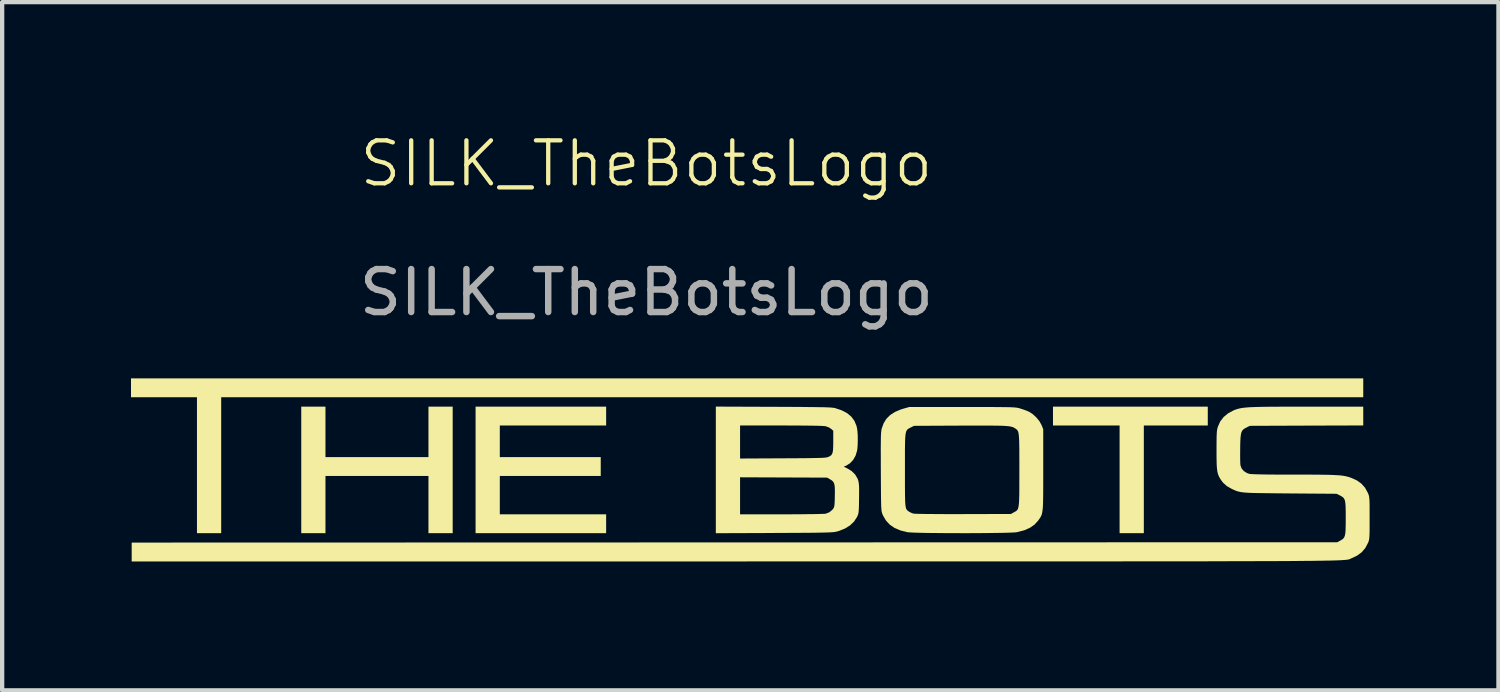
<source format=kicad_pcb>
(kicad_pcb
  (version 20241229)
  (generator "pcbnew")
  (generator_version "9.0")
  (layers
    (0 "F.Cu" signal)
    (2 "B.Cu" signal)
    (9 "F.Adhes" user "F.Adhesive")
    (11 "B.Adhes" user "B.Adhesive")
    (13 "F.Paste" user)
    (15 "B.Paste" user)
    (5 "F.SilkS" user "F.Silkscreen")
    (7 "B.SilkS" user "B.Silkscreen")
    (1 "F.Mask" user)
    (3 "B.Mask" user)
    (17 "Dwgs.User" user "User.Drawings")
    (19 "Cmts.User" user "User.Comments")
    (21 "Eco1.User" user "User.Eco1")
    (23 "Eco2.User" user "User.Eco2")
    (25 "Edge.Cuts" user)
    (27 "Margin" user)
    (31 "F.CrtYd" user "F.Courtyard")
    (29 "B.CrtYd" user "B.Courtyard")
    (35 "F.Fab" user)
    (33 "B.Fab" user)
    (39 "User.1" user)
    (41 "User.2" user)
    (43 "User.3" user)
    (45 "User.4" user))
  (footprint "SILK_TheBotsLogo"
    (layer "F.Cu")
    (at 12 1.26)
    (property "Reference" "SILK_TheBotsLogo" (at 0 -0.5 0) (unlocked yes) (layer "F.SilkS") (effects (font (size 1 1) (thickness 0.1))))
    (attr through_hole exclude_from_pos_files exclude_from_bom allow_missing_courtyard)
    (fp_poly (pts (xy 13.071 5.377) (xy 13.071 5.597) (xy 12.327 5.597) (xy 11.582 5.597) (xy 11.582 6.85) (xy 11.582 8.104) (xy 11.3 8.104) (xy 11.018 8.104) (xy 11.018 6.85) (xy 11.018 5.597) (xy 10.243 5.597) (xy 9.467 5.597) (xy 9.467 5.377) (xy 9.467 5.158) (xy 11.269 5.158) (xy 13.071 5.158)) (stroke (width 0) (type solid)) (fill yes) (layer "F.SilkS"))
    (fp_poly (pts (xy 16.691 4.719) (xy 16.691 4.939) (xy 3.395 4.939) (xy -9.9 4.939) (xy -9.9 6.521) (xy -9.9 8.104) (xy -10.182 8.104) (xy -10.464 8.104) (xy -10.464 6.521) (xy -10.464 4.939) (xy -11.232 4.939) (xy -12 4.939) (xy -12 4.719) (xy -12 4.5) (xy 2.345 4.5) (xy 16.691 4.5)) (stroke (width 0) (type solid)) (fill yes) (layer "F.SilkS"))
    (fp_poly (pts (xy -7.472 5.746) (xy -7.472 6.333) (xy -6.273 6.333) (xy -5.074 6.333) (xy -5.074 5.746) (xy -5.074 5.158) (xy -4.792 5.158) (xy -4.51 5.158) (xy -4.51 6.631) (xy -4.51 8.104) (xy -4.792 8.104) (xy -5.074 8.104) (xy -5.074 7.438) (xy -5.074 6.772) (xy -6.273 6.772) (xy -7.472 6.772) (xy -7.472 7.438) (xy -7.472 8.104) (xy -7.754 8.104) (xy -8.036 8.104) (xy -8.036 6.631) (xy -8.036 5.158) (xy -7.754 5.158) (xy -7.472 5.158)) (stroke (width 0) (type solid)) (fill yes) (layer "F.SilkS"))
    (fp_poly (pts (xy -0.937 5.377) (xy -0.937 5.597) (xy -2.175 5.597) (xy -3.413 5.597) (xy -3.413 5.965) (xy -3.413 6.333) (xy -2.238 6.333) (xy -1.063 6.333) (xy -1.063 6.553) (xy -1.063 6.772) (xy -2.238 6.772) (xy -3.413 6.772) (xy -3.413 7.219) (xy -3.413 7.665) (xy -2.175 7.665) (xy -0.937 7.665) (xy -0.937 7.885) (xy -0.937 8.104) (xy -2.457 8.104) (xy -3.977 8.104) (xy -3.977 6.631) (xy -3.977 5.158) (xy -2.457 5.158) (xy -0.937 5.158)) (stroke (width 0) (type solid)) (fill yes) (layer "F.SilkS"))
    (fp_poly (pts (xy 2.96 5.162) (xy 3.2 5.163) (xy 3.41 5.164) (xy 3.593 5.165) (xy 3.751 5.167) (xy 3.886 5.168) (xy 4 5.17) (xy 4.095 5.171) (xy 4.173 5.173) (xy 4.236 5.176) (xy 4.286 5.178) (xy 4.326 5.182) (xy 4.357 5.185) (xy 4.381 5.189) (xy 4.4 5.194) (xy 4.551 5.245) (xy 4.674 5.31) (xy 4.771 5.391) (xy 4.843 5.488) (xy 4.891 5.603) (xy 4.906 5.667) (xy 4.915 5.74) (xy 4.921 5.833) (xy 4.922 5.935) (xy 4.92 6.036) (xy 4.914 6.124) (xy 4.907 6.178) (xy 4.872 6.296) (xy 4.815 6.397) (xy 4.74 6.477) (xy 4.657 6.529) (xy 4.595 6.557) (xy 4.684 6.599) (xy 4.782 6.66) (xy 4.861 6.739) (xy 4.916 6.831) (xy 4.931 6.873) (xy 4.94 6.909) (xy 4.946 6.95) (xy 4.951 7.002) (xy 4.953 7.069) (xy 4.953 7.156) (xy 4.952 7.268) (xy 4.951 7.302) (xy 4.95 7.413) (xy 4.948 7.499) (xy 4.945 7.563) (xy 4.941 7.61) (xy 4.935 7.646) (xy 4.927 7.675) (xy 4.916 7.703) (xy 4.902 7.731) (xy 4.834 7.835) (xy 4.74 7.924) (xy 4.622 7.997) (xy 4.481 8.053) (xy 4.426 8.068) (xy 4.405 8.072) (xy 4.379 8.077) (xy 4.347 8.08) (xy 4.307 8.083) (xy 4.256 8.086) (xy 4.193 8.088) (xy 4.116 8.09) (xy 4.021 8.092) (xy 3.908 8.094) (xy 3.775 8.095) (xy 3.618 8.096) (xy 3.437 8.097) (xy 3.228 8.098) (xy 2.991 8.099) (xy 2.968 8.1) (xy 1.617 8.105) (xy 1.617 6.803) (xy 2.181 6.803) (xy 2.181 7.234) (xy 2.181 7.665) (xy 3.148 7.665) (xy 3.321 7.665) (xy 3.487 7.664) (xy 3.641 7.663) (xy 3.781 7.661) (xy 3.905 7.66) (xy 4.01 7.658) (xy 4.092 7.655) (xy 4.148 7.653) (xy 4.177 7.65) (xy 4.177 7.65) (xy 4.263 7.616) (xy 4.334 7.554) (xy 4.35 7.534) (xy 4.362 7.515) (xy 4.371 7.491) (xy 4.378 7.459) (xy 4.382 7.411) (xy 4.385 7.343) (xy 4.387 7.251) (xy 4.387 7.237) (xy 4.389 7.127) (xy 4.387 7.044) (xy 4.38 6.982) (xy 4.367 6.936) (xy 4.347 6.903) (xy 4.317 6.875) (xy 4.277 6.85) (xy 4.275 6.849) (xy 4.21 6.811) (xy 3.195 6.807) (xy 2.181 6.803) (xy 1.617 6.803) (xy 1.617 6.631) (xy 1.617 5.597) (xy 2.181 5.597) (xy 2.181 5.982) (xy 2.181 6.366) (xy 3.172 6.361) (xy 3.378 6.36) (xy 3.555 6.359) (xy 3.706 6.358) (xy 3.832 6.356) (xy 3.936 6.354) (xy 4.02 6.352) (xy 4.086 6.35) (xy 4.137 6.347) (xy 4.175 6.343) (xy 4.202 6.339) (xy 4.221 6.334) (xy 4.224 6.333) (xy 4.268 6.314) (xy 4.3 6.292) (xy 4.323 6.261) (xy 4.338 6.218) (xy 4.346 6.158) (xy 4.35 6.075) (xy 4.351 5.97) (xy 4.351 5.72) (xy 4.302 5.676) (xy 4.248 5.641) (xy 4.18 5.616) (xy 4.172 5.614) (xy 4.135 5.61) (xy 4.067 5.606) (xy 3.967 5.603) (xy 3.837 5.601) (xy 3.676 5.599) (xy 3.483 5.598) (xy 3.26 5.597) (xy 3.136 5.597) (xy 2.181 5.597) (xy 1.617 5.597) (xy 1.617 5.157)) (stroke (width 0) (type solid)) (fill yes) (layer "F.SilkS"))
    (fp_poly (pts (xy 7.352 5.166) (xy 7.577 5.166) (xy 7.773 5.166) (xy 7.943 5.167) (xy 8.087 5.167) (xy 8.21 5.168) (xy 8.312 5.169) (xy 8.396 5.17) (xy 8.465 5.171) (xy 8.521 5.174) (xy 8.565 5.176) (xy 8.6 5.18) (xy 8.629 5.183) (xy 8.654 5.188) (xy 8.676 5.193) (xy 8.698 5.199) (xy 8.702 5.201) (xy 8.775 5.224) (xy 8.851 5.252) (xy 8.911 5.278) (xy 8.998 5.334) (xy 9.081 5.411) (xy 9.153 5.5) (xy 9.203 5.591) (xy 9.203 5.592) (xy 9.24 5.683) (xy 9.24 6.623) (xy 9.24 6.827) (xy 9.24 7.002) (xy 9.239 7.15) (xy 9.238 7.275) (xy 9.236 7.379) (xy 9.233 7.465) (xy 9.228 7.535) (xy 9.221 7.591) (xy 9.213 7.637) (xy 9.203 7.674) (xy 9.19 7.706) (xy 9.174 7.735) (xy 9.155 7.764) (xy 9.134 7.795) (xy 9.122 7.811) (xy 9.039 7.903) (xy 8.933 7.977) (xy 8.803 8.035) (xy 8.647 8.076) (xy 8.621 8.082) (xy 8.581 8.086) (xy 8.512 8.09) (xy 8.419 8.093) (xy 8.304 8.096) (xy 8.17 8.098) (xy 8.021 8.1) (xy 7.859 8.102) (xy 7.688 8.103) (xy 7.511 8.104) (xy 7.331 8.104) (xy 7.152 8.103) (xy 6.976 8.103) (xy 6.807 8.101) (xy 6.647 8.1) (xy 6.5 8.098) (xy 6.37 8.095) (xy 6.258 8.092) (xy 6.169 8.088) (xy 6.106 8.084) (xy 6.075 8.081) (xy 5.914 8.04) (xy 5.778 7.982) (xy 5.667 7.906) (xy 5.578 7.81) (xy 5.511 7.695) (xy 5.499 7.668) (xy 5.492 7.648) (xy 5.485 7.63) (xy 5.48 7.609) (xy 5.475 7.583) (xy 5.472 7.549) (xy 5.469 7.505) (xy 5.466 7.449) (xy 5.465 7.377) (xy 5.463 7.287) (xy 5.462 7.177) (xy 5.461 7.044) (xy 5.46 6.884) (xy 5.459 6.697) (xy 5.459 6.673) (xy 5.458 6.477) (xy 5.458 6.459) (xy 6.02 6.459) (xy 6.02 6.635) (xy 6.02 6.826) (xy 6.02 6.987) (xy 6.021 7.123) (xy 6.022 7.234) (xy 6.024 7.325) (xy 6.027 7.397) (xy 6.032 7.453) (xy 6.038 7.495) (xy 6.046 7.527) (xy 6.057 7.55) (xy 6.069 7.567) (xy 6.085 7.581) (xy 6.103 7.595) (xy 6.112 7.601) (xy 6.159 7.627) (xy 6.213 7.647) (xy 6.218 7.648) (xy 6.244 7.651) (xy 6.299 7.653) (xy 6.381 7.655) (xy 6.487 7.657) (xy 6.614 7.658) (xy 6.761 7.659) (xy 6.925 7.66) (xy 7.104 7.66) (xy 7.294 7.66) (xy 7.383 7.66) (xy 8.488 7.657) (xy 8.558 7.618) (xy 8.584 7.604) (xy 8.607 7.59) (xy 8.626 7.575) (xy 8.641 7.556) (xy 8.653 7.53) (xy 8.663 7.495) (xy 8.67 7.448) (xy 8.676 7.387) (xy 8.679 7.309) (xy 8.682 7.212) (xy 8.683 7.093) (xy 8.683 6.95) (xy 8.684 6.78) (xy 8.684 6.633) (xy 8.684 6.443) (xy 8.683 6.281) (xy 8.683 6.145) (xy 8.681 6.033) (xy 8.679 5.943) (xy 8.675 5.87) (xy 8.67 5.814) (xy 8.664 5.771) (xy 8.655 5.74) (xy 8.644 5.716) (xy 8.63 5.698) (xy 8.614 5.684) (xy 8.595 5.67) (xy 8.586 5.664) (xy 8.565 5.651) (xy 8.544 5.64) (xy 8.519 5.631) (xy 8.489 5.623) (xy 8.45 5.616) (xy 8.401 5.611) (xy 8.34 5.606) (xy 8.264 5.603) (xy 8.171 5.601) (xy 8.058 5.6) (xy 7.924 5.599) (xy 7.766 5.599) (xy 7.581 5.599) (xy 7.368 5.6) (xy 7.304 5.6) (xy 6.23 5.605) (xy 6.154 5.644) (xy 6.126 5.658) (xy 6.102 5.671) (xy 6.082 5.686) (xy 6.066 5.704) (xy 6.052 5.729) (xy 6.042 5.762) (xy 6.034 5.807) (xy 6.028 5.866) (xy 6.024 5.942) (xy 6.022 6.036) (xy 6.02 6.152) (xy 6.02 6.292) (xy 6.02 6.459) (xy 5.458 6.459) (xy 5.458 6.31) (xy 5.457 6.169) (xy 5.458 6.052) (xy 5.459 5.956) (xy 5.46 5.878) (xy 5.462 5.816) (xy 5.465 5.767) (xy 5.469 5.729) (xy 5.473 5.698) (xy 5.478 5.674) (xy 5.479 5.67) (xy 5.523 5.547) (xy 5.587 5.442) (xy 5.674 5.355) (xy 5.785 5.283) (xy 5.923 5.224) (xy 5.996 5.202) (xy 6.122 5.166)) (stroke (width 0) (type solid)) (fill yes) (layer "F.SilkS"))
    (fp_poly (pts (xy 16.691 5.377) (xy 16.691 5.596) (xy 15.37 5.6) (xy 14.05 5.605) (xy 13.972 5.644) (xy 13.93 5.667) (xy 13.896 5.691) (xy 13.872 5.719) (xy 13.854 5.757) (xy 13.842 5.808) (xy 13.834 5.876) (xy 13.829 5.966) (xy 13.826 6.083) (xy 13.826 6.122) (xy 13.825 6.225) (xy 13.825 6.322) (xy 13.826 6.407) (xy 13.828 6.474) (xy 13.831 6.516) (xy 13.831 6.521) (xy 13.857 6.595) (xy 13.909 6.657) (xy 13.981 6.703) (xy 14.042 6.724) (xy 14.079 6.728) (xy 14.147 6.731) (xy 14.246 6.734) (xy 14.376 6.737) (xy 14.536 6.739) (xy 14.727 6.74) (xy 14.949 6.741) (xy 15.084 6.741) (xy 15.301 6.741) (xy 15.488 6.741) (xy 15.65 6.742) (xy 15.788 6.744) (xy 15.905 6.746) (xy 16.003 6.75) (xy 16.086 6.754) (xy 16.155 6.759) (xy 16.214 6.766) (xy 16.265 6.775) (xy 16.31 6.785) (xy 16.352 6.796) (xy 16.394 6.81) (xy 16.4 6.812) (xy 16.535 6.871) (xy 16.645 6.948) (xy 16.732 7.045) (xy 16.797 7.163) (xy 16.804 7.179) (xy 16.814 7.204) (xy 16.822 7.229) (xy 16.828 7.258) (xy 16.832 7.294) (xy 16.836 7.341) (xy 16.838 7.403) (xy 16.839 7.483) (xy 16.839 7.587) (xy 16.839 7.717) (xy 16.839 7.751) (xy 16.839 7.888) (xy 16.839 7.997) (xy 16.838 8.083) (xy 16.836 8.149) (xy 16.833 8.199) (xy 16.829 8.237) (xy 16.824 8.267) (xy 16.816 8.293) (xy 16.807 8.318) (xy 16.804 8.326) (xy 16.74 8.448) (xy 16.655 8.548) (xy 16.546 8.628) (xy 16.426 8.685) (xy 16.415 8.689) (xy 16.406 8.693) (xy 16.398 8.697) (xy 16.391 8.701) (xy 16.383 8.705) (xy 16.375 8.708) (xy 16.365 8.712) (xy 16.353 8.715) (xy 16.338 8.718) (xy 16.32 8.721) (xy 16.299 8.724) (xy 16.273 8.726) (xy 16.241 8.729) (xy 16.205 8.731) (xy 16.162 8.734) (xy 16.112 8.736) (xy 16.054 8.738) (xy 15.989 8.74) (xy 15.915 8.742) (xy 15.831 8.743) (xy 15.738 8.745) (xy 15.634 8.746) (xy 15.519 8.748) (xy 15.392 8.749) (xy 15.253 8.75) (xy 15.101 8.752) (xy 14.935 8.753) (xy 14.756 8.754) (xy 14.561 8.755) (xy 14.351 8.755) (xy 14.126 8.756) (xy 13.883 8.757) (xy 13.624 8.757) (xy 13.346 8.758) (xy 13.051 8.759) (xy 12.736 8.759) (xy 12.402 8.759) (xy 12.047 8.76) (xy 11.672 8.76) (xy 11.275 8.76) (xy 10.856 8.761) (xy 10.415 8.761) (xy 9.95 8.761) (xy 9.461 8.761) (xy 8.948 8.761) (xy 8.41 8.761) (xy 7.846 8.761) (xy 7.256 8.761) (xy 6.64 8.761) (xy 5.995 8.761) (xy 5.323 8.761) (xy 4.621 8.761) (xy 3.891 8.761) (xy 3.13 8.761) (xy 2.34 8.762) (xy 2.059 8.762) (xy -11.984 8.762) (xy -11.984 8.543) (xy -11.984 8.323) (xy 2.051 8.319) (xy 16.087 8.315) (xy 16.158 8.276) (xy 16.194 8.255) (xy 16.223 8.233) (xy 16.244 8.206) (xy 16.26 8.171) (xy 16.271 8.123) (xy 16.278 8.06) (xy 16.281 7.976) (xy 16.283 7.868) (xy 16.283 7.751) (xy 16.283 7.619) (xy 16.281 7.515) (xy 16.277 7.434) (xy 16.27 7.372) (xy 16.258 7.327) (xy 16.241 7.294) (xy 16.218 7.268) (xy 16.187 7.247) (xy 16.149 7.226) (xy 16.072 7.187) (xy 14.99 7.179) (xy 14.773 7.177) (xy 14.585 7.175) (xy 14.423 7.173) (xy 14.285 7.171) (xy 14.168 7.169) (xy 14.071 7.166) (xy 13.99 7.162) (xy 13.922 7.157) (xy 13.867 7.151) (xy 13.821 7.143) (xy 13.781 7.134) (xy 13.745 7.123) (xy 13.711 7.11) (xy 13.676 7.095) (xy 13.638 7.077) (xy 13.626 7.071) (xy 13.515 7.008) (xy 13.427 6.929) (xy 13.371 6.854) (xy 13.345 6.81) (xy 13.324 6.768) (xy 13.307 6.723) (xy 13.295 6.672) (xy 13.286 6.61) (xy 13.28 6.534) (xy 13.277 6.439) (xy 13.275 6.321) (xy 13.275 6.176) (xy 13.275 6.168) (xy 13.275 6.036) (xy 13.276 5.931) (xy 13.277 5.848) (xy 13.28 5.785) (xy 13.283 5.735) (xy 13.289 5.696) (xy 13.296 5.662) (xy 13.305 5.63) (xy 13.306 5.626) (xy 13.36 5.504) (xy 13.441 5.399) (xy 13.546 5.312) (xy 13.675 5.244) (xy 13.697 5.235) (xy 13.733 5.222) (xy 13.769 5.211) (xy 13.807 5.201) (xy 13.85 5.192) (xy 13.899 5.185) (xy 13.957 5.179) (xy 14.026 5.173) (xy 14.108 5.169) (xy 14.205 5.166) (xy 14.319 5.163) (xy 14.453 5.161) (xy 14.608 5.16) (xy 14.787 5.159) (xy 14.991 5.158) (xy 15.224 5.158) (xy 15.386 5.158) (xy 16.691 5.158)) (stroke (width 0) (type solid)) (fill yes) (layer "F.SilkS"))
    (fp_text user "${REFERENCE}" (at 0 2.5 0) (unlocked yes) (layer "F.Fab") (effects (font (size 1 1) (thickness 0.15)))))
  (gr_rect
    (start -3 -3)
    (end 31.839 13.023)
    (stroke (width 0.1) (type default))
    (fill no)
    (layer "Edge.Cuts")))
</source>
